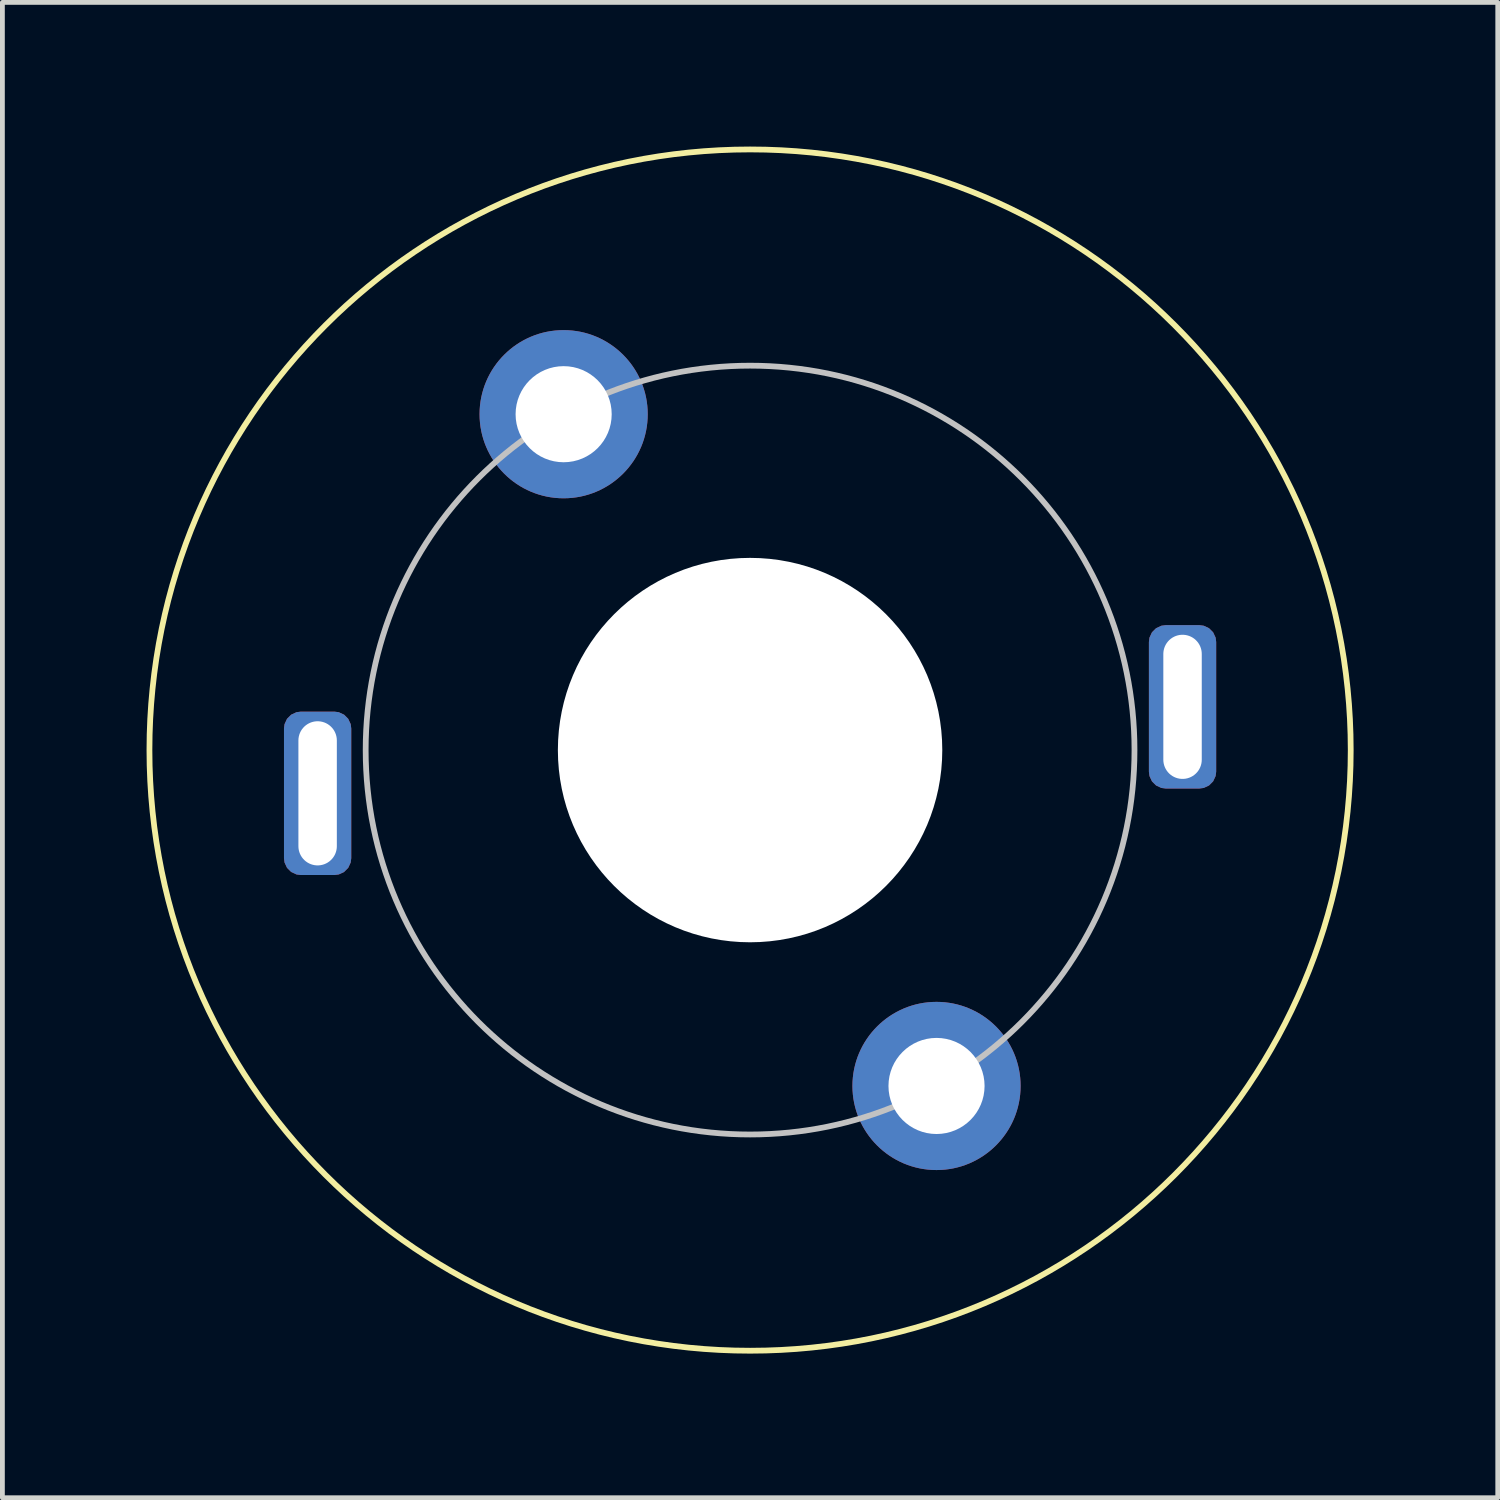
<source format=kicad_pcb>
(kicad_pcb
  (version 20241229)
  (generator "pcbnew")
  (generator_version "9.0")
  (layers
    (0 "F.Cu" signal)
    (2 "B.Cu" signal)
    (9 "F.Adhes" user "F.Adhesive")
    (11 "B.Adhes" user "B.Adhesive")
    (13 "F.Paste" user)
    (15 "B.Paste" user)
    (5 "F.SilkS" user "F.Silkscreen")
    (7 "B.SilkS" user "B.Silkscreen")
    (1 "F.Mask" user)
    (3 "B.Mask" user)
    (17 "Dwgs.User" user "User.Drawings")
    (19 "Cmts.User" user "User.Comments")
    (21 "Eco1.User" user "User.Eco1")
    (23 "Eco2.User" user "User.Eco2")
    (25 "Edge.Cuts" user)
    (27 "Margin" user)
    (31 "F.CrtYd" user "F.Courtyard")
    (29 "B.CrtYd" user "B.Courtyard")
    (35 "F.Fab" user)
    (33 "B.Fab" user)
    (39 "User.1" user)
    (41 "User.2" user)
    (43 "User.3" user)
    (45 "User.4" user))
  (footprint "Maxon_RE"
    (layer "F.Cu")
    (at 12.56 12.56)
    (property "Reference" "Maxon_RE" (at 0 0.5 0) (layer "F.SilkS") (effects (font (size 1 1) (thickness 0.15))))
    (attr through_hole)
    (fp_circle (center 0 0) (end 12.5 0) (stroke (width 0.12) (type solid)) (fill no) (layer "F.SilkS"))
    (fp_circle (center 0 0) (end 8 0) (stroke (width 0.12) (type solid)) (fill no) (layer "Dwgs.User"))
    (pad "" np_thru_hole circle (at 0 0) (size 8 8) (drill 8) (layers "*.Cu" "*.Mask"))
    (pad "1" thru_hole roundrect (at 9 -0.9 90) (size 3.4 1.4) (drill oval 3 0.8) (layers "*.Cu" "*.Mask") (roundrect_rratio 0.25))
    (pad "2" thru_hole roundrect (at -9 0.9 90) (size 3.4 1.4) (drill oval 3 0.8) (layers "*.Cu" "*.Mask") (roundrect_rratio 0.25))
    (pad "3" thru_hole circle (at -3.88 -6.99) (size 3.5 3.5) (drill 2) (layers "*.Cu" "*.Mask"))
    (pad "3" thru_hole circle (at 3.88 6.99) (size 3.5 3.5) (drill 2) (layers "*.Cu" "*.Mask")))
  (gr_rect
    (start -3 -3)
    (end 28.12 28.12)
    (stroke (width 0.1) (type default))
    (fill no)
    (layer "Edge.Cuts")))
</source>
